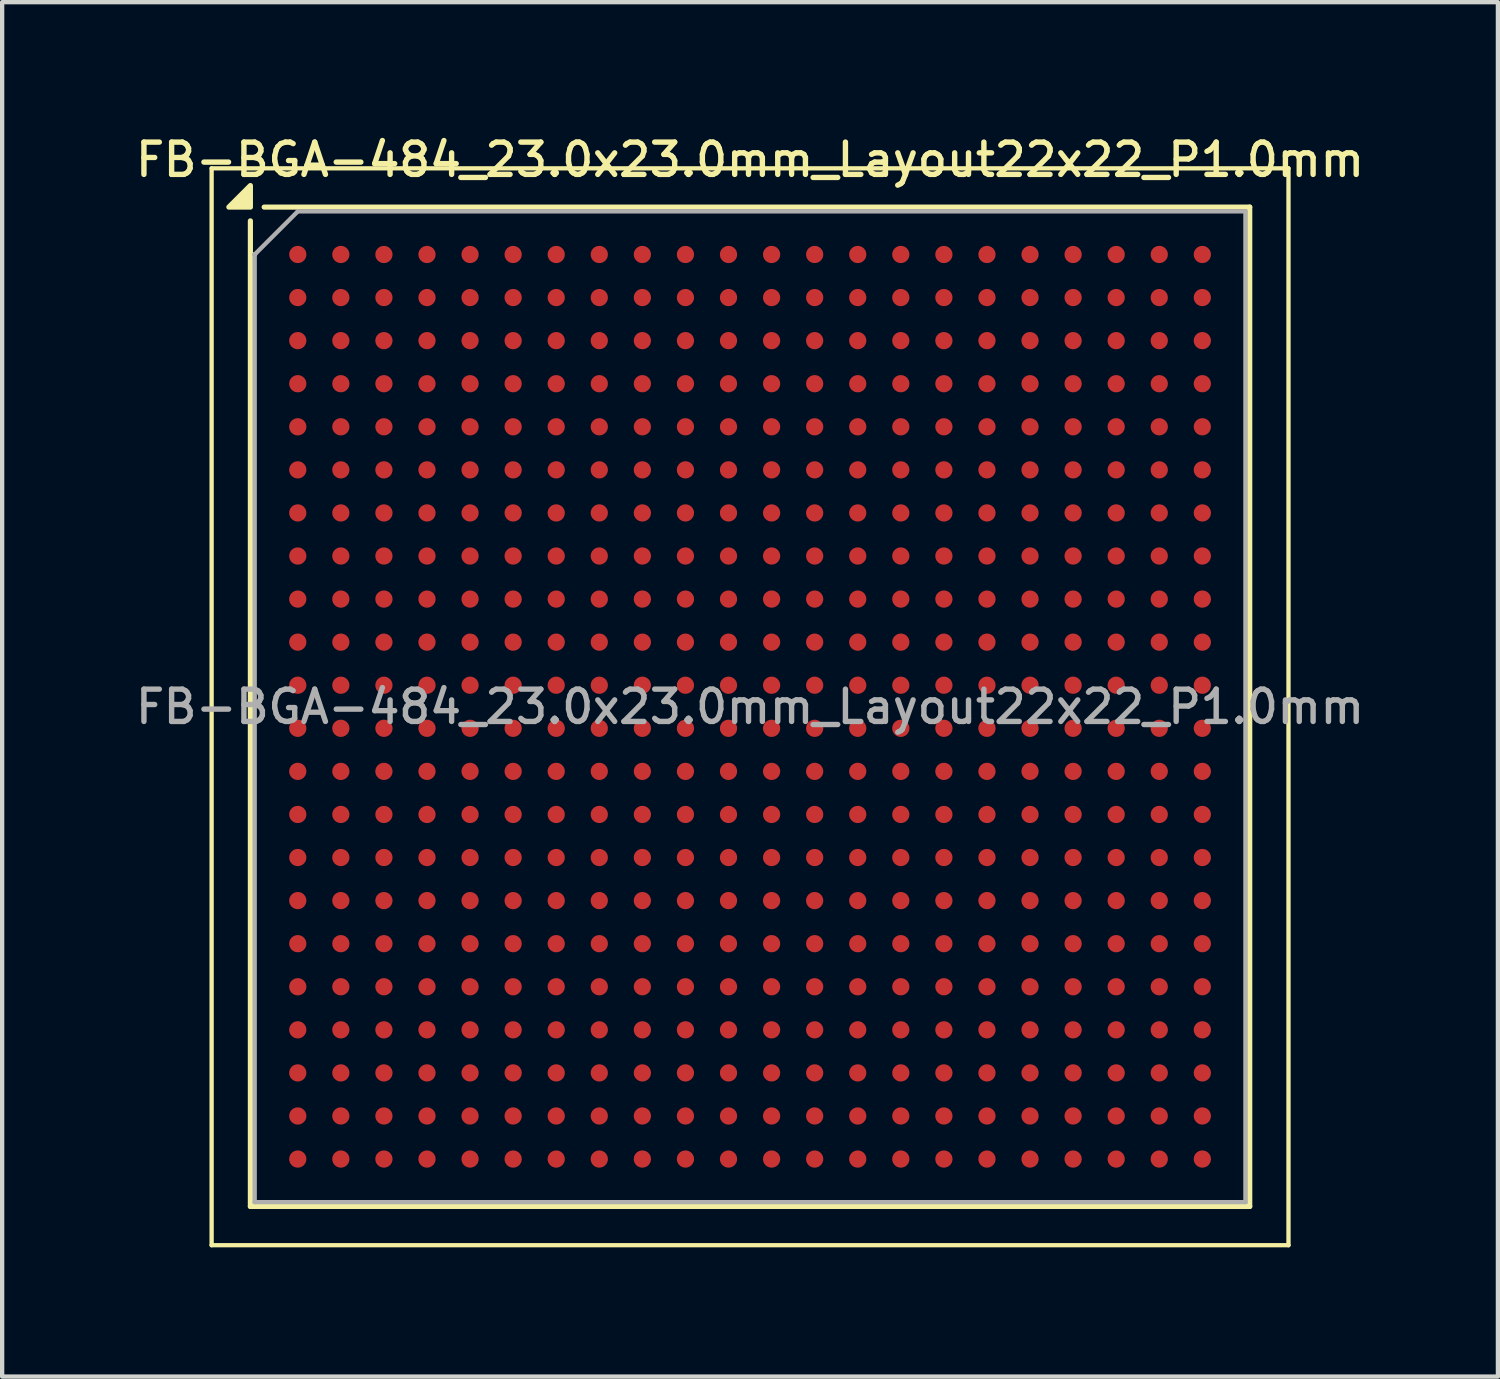
<source format=kicad_pcb>
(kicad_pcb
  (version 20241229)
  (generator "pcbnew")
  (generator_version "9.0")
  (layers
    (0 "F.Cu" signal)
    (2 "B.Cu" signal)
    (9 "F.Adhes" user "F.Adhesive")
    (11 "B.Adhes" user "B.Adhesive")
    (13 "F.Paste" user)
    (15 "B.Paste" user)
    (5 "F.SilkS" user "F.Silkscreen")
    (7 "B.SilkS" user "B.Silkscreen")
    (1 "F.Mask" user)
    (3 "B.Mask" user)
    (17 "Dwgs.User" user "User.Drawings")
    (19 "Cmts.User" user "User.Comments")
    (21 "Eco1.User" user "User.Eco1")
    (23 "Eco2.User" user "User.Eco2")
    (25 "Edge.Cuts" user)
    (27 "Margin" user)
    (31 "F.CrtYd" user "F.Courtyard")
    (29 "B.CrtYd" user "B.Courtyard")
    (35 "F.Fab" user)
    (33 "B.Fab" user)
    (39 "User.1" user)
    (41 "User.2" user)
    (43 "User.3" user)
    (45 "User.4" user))
  (footprint "FB-BGA-484_23.0x23.0mm_Layout22x22_P1.0mm"
    (layer "F.Cu")
    (at 14.363 13.358)
    (property "Reference" "FB-BGA-484_23.0x23.0mm_Layout22x22_P1.0mm" (at 0 -12.7 0) (layer "F.SilkS") (effects (font (size 0.75 0.75) (thickness 0.125))))
    (attr smd)
    (fp_line (start -12.5 -12.5) (end -12.5 12.5) (stroke (width 0.1) (type solid)) (layer "F.SilkS"))
    (fp_line (start -12.5 -12.5) (end 12.5 -12.5) (stroke (width 0.1) (type solid)) (layer "F.SilkS"))
    (fp_line (start -11.6 11.6) (end -11.6 -11.28) (stroke (width 0.12) (type solid)) (layer "F.SilkS"))
    (fp_line (start -11.28 -11.6) (end 11.6 -11.6) (stroke (width 0.12) (type solid)) (layer "F.SilkS"))
    (fp_line (start 11.6 -11.6) (end 11.6 11.6) (stroke (width 0.12) (type solid)) (layer "F.SilkS"))
    (fp_line (start 11.6 11.6) (end -11.6 11.6) (stroke (width 0.12) (type solid)) (layer "F.SilkS"))
    (fp_line (start 12.5 12.5) (end -12.5 12.5) (stroke (width 0.1) (type solid)) (layer "F.SilkS"))
    (fp_line (start 12.5 12.5) (end 12.5 -12.5) (stroke (width 0.1) (type solid)) (layer "F.SilkS"))
    (fp_poly (pts (xy -11.6 -11.6) (xy -12.1 -11.6) (xy -11.6 -12.1) (xy -11.6 -11.6)) (stroke (width 0.12) (type solid)) (fill yes) (layer "F.SilkS"))
    (fp_line (start -11.5 -10.5) (end -11.5 -10.5) (stroke (width 0.12) (type solid)) (layer "F.Fab"))
    (fp_line (start -11.5 11.5) (end -11.5 -10.5) (stroke (width 0.1) (type solid)) (layer "F.Fab"))
    (fp_line (start -10.5 -11.5) (end -11.5 -10.5) (stroke (width 0.1) (type solid)) (layer "F.Fab"))
    (fp_line (start -10.5 -11.5) (end 11.5 -11.5) (stroke (width 0.1) (type solid)) (layer "F.Fab"))
    (fp_line (start 11.5 -11.5) (end 11.5 11.5) (stroke (width 0.1) (type solid)) (layer "F.Fab"))
    (fp_line (start 11.5 11.5) (end -11.5 11.5) (stroke (width 0.1) (type solid)) (layer "F.Fab"))
    (fp_text user "${REFERENCE}" (at 0 0 0) (layer "F.Fab") (effects (font (size 0.75 0.75) (thickness 0.125))))
    (pad "A1" smd circle (at -10.5 -10.5) (size 0.4 0.4) (property pad_prop_bga) (layers "F.Cu" "F.Mask" "F.Paste"))
    (pad "A2" smd circle (at -9.5 -10.5) (size 0.4 0.4) (property pad_prop_bga) (layers "F.Cu" "F.Mask" "F.Paste"))
    (pad "A3" smd circle (at -8.5 -10.5) (size 0.4 0.4) (property pad_prop_bga) (layers "F.Cu" "F.Mask" "F.Paste"))
    (pad "A4" smd circle (at -7.5 -10.5) (size 0.4 0.4) (property pad_prop_bga) (layers "F.Cu" "F.Mask" "F.Paste"))
    (pad "A5" smd circle (at -6.5 -10.5) (size 0.4 0.4) (property pad_prop_bga) (layers "F.Cu" "F.Mask" "F.Paste"))
    (pad "A6" smd circle (at -5.5 -10.5) (size 0.4 0.4) (property pad_prop_bga) (layers "F.Cu" "F.Mask" "F.Paste"))
    (pad "A7" smd circle (at -4.5 -10.5) (size 0.4 0.4) (property pad_prop_bga) (layers "F.Cu" "F.Mask" "F.Paste"))
    (pad "A8" smd circle (at -3.5 -10.5) (size 0.4 0.4) (property pad_prop_bga) (layers "F.Cu" "F.Mask" "F.Paste"))
    (pad "A9" smd circle (at -2.5 -10.5) (size 0.4 0.4) (property pad_prop_bga) (layers "F.Cu" "F.Mask" "F.Paste"))
    (pad "A10" smd circle (at -1.5 -10.5) (size 0.4 0.4) (property pad_prop_bga) (layers "F.Cu" "F.Mask" "F.Paste"))
    (pad "A11" smd circle (at -0.5 -10.5) (size 0.4 0.4) (property pad_prop_bga) (layers "F.Cu" "F.Mask" "F.Paste"))
    (pad "A12" smd circle (at 0.5 -10.5) (size 0.4 0.4) (property pad_prop_bga) (layers "F.Cu" "F.Mask" "F.Paste"))
    (pad "A13" smd circle (at 1.5 -10.5) (size 0.4 0.4) (property pad_prop_bga) (layers "F.Cu" "F.Mask" "F.Paste"))
    (pad "A14" smd circle (at 2.5 -10.5) (size 0.4 0.4) (property pad_prop_bga) (layers "F.Cu" "F.Mask" "F.Paste"))
    (pad "A15" smd circle (at 3.5 -10.5) (size 0.4 0.4) (property pad_prop_bga) (layers "F.Cu" "F.Mask" "F.Paste"))
    (pad "A16" smd circle (at 4.5 -10.5) (size 0.4 0.4) (property pad_prop_bga) (layers "F.Cu" "F.Mask" "F.Paste"))
    (pad "A17" smd circle (at 5.5 -10.5) (size 0.4 0.4) (property pad_prop_bga) (layers "F.Cu" "F.Mask" "F.Paste"))
    (pad "A18" smd circle (at 6.5 -10.5) (size 0.4 0.4) (property pad_prop_bga) (layers "F.Cu" "F.Mask" "F.Paste"))
    (pad "A19" smd circle (at 7.5 -10.5) (size 0.4 0.4) (property pad_prop_bga) (layers "F.Cu" "F.Mask" "F.Paste"))
    (pad "A20" smd circle (at 8.5 -10.5) (size 0.4 0.4) (property pad_prop_bga) (layers "F.Cu" "F.Mask" "F.Paste"))
    (pad "A21" smd circle (at 9.5 -10.5) (size 0.4 0.4) (property pad_prop_bga) (layers "F.Cu" "F.Mask" "F.Paste"))
    (pad "A22" smd circle (at 10.5 -10.5) (size 0.4 0.4) (property pad_prop_bga) (layers "F.Cu" "F.Mask" "F.Paste"))
    (pad "AA1" smd circle (at -10.5 9.5) (size 0.4 0.4) (property pad_prop_bga) (layers "F.Cu" "F.Mask" "F.Paste"))
    (pad "AA2" smd circle (at -9.5 9.5) (size 0.4 0.4) (property pad_prop_bga) (layers "F.Cu" "F.Mask" "F.Paste"))
    (pad "AA3" smd circle (at -8.5 9.5) (size 0.4 0.4) (property pad_prop_bga) (layers "F.Cu" "F.Mask" "F.Paste"))
    (pad "AA4" smd circle (at -7.5 9.5) (size 0.4 0.4) (property pad_prop_bga) (layers "F.Cu" "F.Mask" "F.Paste"))
    (pad "AA5" smd circle (at -6.5 9.5) (size 0.4 0.4) (property pad_prop_bga) (layers "F.Cu" "F.Mask" "F.Paste"))
    (pad "AA6" smd circle (at -5.5 9.5) (size 0.4 0.4) (property pad_prop_bga) (layers "F.Cu" "F.Mask" "F.Paste"))
    (pad "AA7" smd circle (at -4.5 9.5) (size 0.4 0.4) (property pad_prop_bga) (layers "F.Cu" "F.Mask" "F.Paste"))
    (pad "AA8" smd circle (at -3.5 9.5) (size 0.4 0.4) (property pad_prop_bga) (layers "F.Cu" "F.Mask" "F.Paste"))
    (pad "AA9" smd circle (at -2.5 9.5) (size 0.4 0.4) (property pad_prop_bga) (layers "F.Cu" "F.Mask" "F.Paste"))
    (pad "AA10" smd circle (at -1.5 9.5) (size 0.4 0.4) (property pad_prop_bga) (layers "F.Cu" "F.Mask" "F.Paste"))
    (pad "AA11" smd circle (at -0.5 9.5) (size 0.4 0.4) (property pad_prop_bga) (layers "F.Cu" "F.Mask" "F.Paste"))
    (pad "AA12" smd circle (at 0.5 9.5) (size 0.4 0.4) (property pad_prop_bga) (layers "F.Cu" "F.Mask" "F.Paste"))
    (pad "AA13" smd circle (at 1.5 9.5) (size 0.4 0.4) (property pad_prop_bga) (layers "F.Cu" "F.Mask" "F.Paste"))
    (pad "AA14" smd circle (at 2.5 9.5) (size 0.4 0.4) (property pad_prop_bga) (layers "F.Cu" "F.Mask" "F.Paste"))
    (pad "AA15" smd circle (at 3.5 9.5) (size 0.4 0.4) (property pad_prop_bga) (layers "F.Cu" "F.Mask" "F.Paste"))
    (pad "AA16" smd circle (at 4.5 9.5) (size 0.4 0.4) (property pad_prop_bga) (layers "F.Cu" "F.Mask" "F.Paste"))
    (pad "AA17" smd circle (at 5.5 9.5) (size 0.4 0.4) (property pad_prop_bga) (layers "F.Cu" "F.Mask" "F.Paste"))
    (pad "AA18" smd circle (at 6.5 9.5) (size 0.4 0.4) (property pad_prop_bga) (layers "F.Cu" "F.Mask" "F.Paste"))
    (pad "AA19" smd circle (at 7.5 9.5) (size 0.4 0.4) (property pad_prop_bga) (layers "F.Cu" "F.Mask" "F.Paste"))
    (pad "AA20" smd circle (at 8.5 9.5) (size 0.4 0.4) (property pad_prop_bga) (layers "F.Cu" "F.Mask" "F.Paste"))
    (pad "AA21" smd circle (at 9.5 9.5) (size 0.4 0.4) (property pad_prop_bga) (layers "F.Cu" "F.Mask" "F.Paste"))
    (pad "AA22" smd circle (at 10.5 9.5) (size 0.4 0.4) (property pad_prop_bga) (layers "F.Cu" "F.Mask" "F.Paste"))
    (pad "AB1" smd circle (at -10.5 10.5) (size 0.4 0.4) (property pad_prop_bga) (layers "F.Cu" "F.Mask" "F.Paste"))
    (pad "AB2" smd circle (at -9.5 10.5) (size 0.4 0.4) (property pad_prop_bga) (layers "F.Cu" "F.Mask" "F.Paste"))
    (pad "AB3" smd circle (at -8.5 10.5) (size 0.4 0.4) (property pad_prop_bga) (layers "F.Cu" "F.Mask" "F.Paste"))
    (pad "AB4" smd circle (at -7.5 10.5) (size 0.4 0.4) (property pad_prop_bga) (layers "F.Cu" "F.Mask" "F.Paste"))
    (pad "AB5" smd circle (at -6.5 10.5) (size 0.4 0.4) (property pad_prop_bga) (layers "F.Cu" "F.Mask" "F.Paste"))
    (pad "AB6" smd circle (at -5.5 10.5) (size 0.4 0.4) (property pad_prop_bga) (layers "F.Cu" "F.Mask" "F.Paste"))
    (pad "AB7" smd circle (at -4.5 10.5) (size 0.4 0.4) (property pad_prop_bga) (layers "F.Cu" "F.Mask" "F.Paste"))
    (pad "AB8" smd circle (at -3.5 10.5) (size 0.4 0.4) (property pad_prop_bga) (layers "F.Cu" "F.Mask" "F.Paste"))
    (pad "AB9" smd circle (at -2.5 10.5) (size 0.4 0.4) (property pad_prop_bga) (layers "F.Cu" "F.Mask" "F.Paste"))
    (pad "AB10" smd circle (at -1.5 10.5) (size 0.4 0.4) (property pad_prop_bga) (layers "F.Cu" "F.Mask" "F.Paste"))
    (pad "AB11" smd circle (at -0.5 10.5) (size 0.4 0.4) (property pad_prop_bga) (layers "F.Cu" "F.Mask" "F.Paste"))
    (pad "AB12" smd circle (at 0.5 10.5) (size 0.4 0.4) (property pad_prop_bga) (layers "F.Cu" "F.Mask" "F.Paste"))
    (pad "AB13" smd circle (at 1.5 10.5) (size 0.4 0.4) (property pad_prop_bga) (layers "F.Cu" "F.Mask" "F.Paste"))
    (pad "AB14" smd circle (at 2.5 10.5) (size 0.4 0.4) (property pad_prop_bga) (layers "F.Cu" "F.Mask" "F.Paste"))
    (pad "AB15" smd circle (at 3.5 10.5) (size 0.4 0.4) (property pad_prop_bga) (layers "F.Cu" "F.Mask" "F.Paste"))
    (pad "AB16" smd circle (at 4.5 10.5) (size 0.4 0.4) (property pad_prop_bga) (layers "F.Cu" "F.Mask" "F.Paste"))
    (pad "AB17" smd circle (at 5.5 10.5) (size 0.4 0.4) (property pad_prop_bga) (layers "F.Cu" "F.Mask" "F.Paste"))
    (pad "AB18" smd circle (at 6.5 10.5) (size 0.4 0.4) (property pad_prop_bga) (layers "F.Cu" "F.Mask" "F.Paste"))
    (pad "AB19" smd circle (at 7.5 10.5) (size 0.4 0.4) (property pad_prop_bga) (layers "F.Cu" "F.Mask" "F.Paste"))
    (pad "AB20" smd circle (at 8.5 10.5) (size 0.4 0.4) (property pad_prop_bga) (layers "F.Cu" "F.Mask" "F.Paste"))
    (pad "AB21" smd circle (at 9.5 10.5) (size 0.4 0.4) (property pad_prop_bga) (layers "F.Cu" "F.Mask" "F.Paste"))
    (pad "AB22" smd circle (at 10.5 10.5) (size 0.4 0.4) (property pad_prop_bga) (layers "F.Cu" "F.Mask" "F.Paste"))
    (pad "B1" smd circle (at -10.5 -9.5) (size 0.4 0.4) (property pad_prop_bga) (layers "F.Cu" "F.Mask" "F.Paste"))
    (pad "B2" smd circle (at -9.5 -9.5) (size 0.4 0.4) (property pad_prop_bga) (layers "F.Cu" "F.Mask" "F.Paste"))
    (pad "B3" smd circle (at -8.5 -9.5) (size 0.4 0.4) (property pad_prop_bga) (layers "F.Cu" "F.Mask" "F.Paste"))
    (pad "B4" smd circle (at -7.5 -9.5) (size 0.4 0.4) (property pad_prop_bga) (layers "F.Cu" "F.Mask" "F.Paste"))
    (pad "B5" smd circle (at -6.5 -9.5) (size 0.4 0.4) (property pad_prop_bga) (layers "F.Cu" "F.Mask" "F.Paste"))
    (pad "B6" smd circle (at -5.5 -9.5) (size 0.4 0.4) (property pad_prop_bga) (layers "F.Cu" "F.Mask" "F.Paste"))
    (pad "B7" smd circle (at -4.5 -9.5) (size 0.4 0.4) (property pad_prop_bga) (layers "F.Cu" "F.Mask" "F.Paste"))
    (pad "B8" smd circle (at -3.5 -9.5) (size 0.4 0.4) (property pad_prop_bga) (layers "F.Cu" "F.Mask" "F.Paste"))
    (pad "B9" smd circle (at -2.5 -9.5) (size 0.4 0.4) (property pad_prop_bga) (layers "F.Cu" "F.Mask" "F.Paste"))
    (pad "B10" smd circle (at -1.5 -9.5) (size 0.4 0.4) (property pad_prop_bga) (layers "F.Cu" "F.Mask" "F.Paste"))
    (pad "B11" smd circle (at -0.5 -9.5) (size 0.4 0.4) (property pad_prop_bga) (layers "F.Cu" "F.Mask" "F.Paste"))
    (pad "B12" smd circle (at 0.5 -9.5) (size 0.4 0.4) (property pad_prop_bga) (layers "F.Cu" "F.Mask" "F.Paste"))
    (pad "B13" smd circle (at 1.5 -9.5) (size 0.4 0.4) (property pad_prop_bga) (layers "F.Cu" "F.Mask" "F.Paste"))
    (pad "B14" smd circle (at 2.5 -9.5) (size 0.4 0.4) (property pad_prop_bga) (layers "F.Cu" "F.Mask" "F.Paste"))
    (pad "B15" smd circle (at 3.5 -9.5) (size 0.4 0.4) (property pad_prop_bga) (layers "F.Cu" "F.Mask" "F.Paste"))
    (pad "B16" smd circle (at 4.5 -9.5) (size 0.4 0.4) (property pad_prop_bga) (layers "F.Cu" "F.Mask" "F.Paste"))
    (pad "B17" smd circle (at 5.5 -9.5) (size 0.4 0.4) (property pad_prop_bga) (layers "F.Cu" "F.Mask" "F.Paste"))
    (pad "B18" smd circle (at 6.5 -9.5) (size 0.4 0.4) (property pad_prop_bga) (layers "F.Cu" "F.Mask" "F.Paste"))
    (pad "B19" smd circle (at 7.5 -9.5) (size 0.4 0.4) (property pad_prop_bga) (layers "F.Cu" "F.Mask" "F.Paste"))
    (pad "B20" smd circle (at 8.5 -9.5) (size 0.4 0.4) (property pad_prop_bga) (layers "F.Cu" "F.Mask" "F.Paste"))
    (pad "B21" smd circle (at 9.5 -9.5) (size 0.4 0.4) (property pad_prop_bga) (layers "F.Cu" "F.Mask" "F.Paste"))
    (pad "B22" smd circle (at 10.5 -9.5) (size 0.4 0.4) (property pad_prop_bga) (layers "F.Cu" "F.Mask" "F.Paste"))
    (pad "C1" smd circle (at -10.5 -8.5) (size 0.4 0.4) (property pad_prop_bga) (layers "F.Cu" "F.Mask" "F.Paste"))
    (pad "C2" smd circle (at -9.5 -8.5) (size 0.4 0.4) (property pad_prop_bga) (layers "F.Cu" "F.Mask" "F.Paste"))
    (pad "C3" smd circle (at -8.5 -8.5) (size 0.4 0.4) (property pad_prop_bga) (layers "F.Cu" "F.Mask" "F.Paste"))
    (pad "C4" smd circle (at -7.5 -8.5) (size 0.4 0.4) (property pad_prop_bga) (layers "F.Cu" "F.Mask" "F.Paste"))
    (pad "C5" smd circle (at -6.5 -8.5) (size 0.4 0.4) (property pad_prop_bga) (layers "F.Cu" "F.Mask" "F.Paste"))
    (pad "C6" smd circle (at -5.5 -8.5) (size 0.4 0.4) (property pad_prop_bga) (layers "F.Cu" "F.Mask" "F.Paste"))
    (pad "C7" smd circle (at -4.5 -8.5) (size 0.4 0.4) (property pad_prop_bga) (layers "F.Cu" "F.Mask" "F.Paste"))
    (pad "C8" smd circle (at -3.5 -8.5) (size 0.4 0.4) (property pad_prop_bga) (layers "F.Cu" "F.Mask" "F.Paste"))
    (pad "C9" smd circle (at -2.5 -8.5) (size 0.4 0.4) (property pad_prop_bga) (layers "F.Cu" "F.Mask" "F.Paste"))
    (pad "C10" smd circle (at -1.5 -8.5) (size 0.4 0.4) (property pad_prop_bga) (layers "F.Cu" "F.Mask" "F.Paste"))
    (pad "C11" smd circle (at -0.5 -8.5) (size 0.4 0.4) (property pad_prop_bga) (layers "F.Cu" "F.Mask" "F.Paste"))
    (pad "C12" smd circle (at 0.5 -8.5) (size 0.4 0.4) (property pad_prop_bga) (layers "F.Cu" "F.Mask" "F.Paste"))
    (pad "C13" smd circle (at 1.5 -8.5) (size 0.4 0.4) (property pad_prop_bga) (layers "F.Cu" "F.Mask" "F.Paste"))
    (pad "C14" smd circle (at 2.5 -8.5) (size 0.4 0.4) (property pad_prop_bga) (layers "F.Cu" "F.Mask" "F.Paste"))
    (pad "C15" smd circle (at 3.5 -8.5) (size 0.4 0.4) (property pad_prop_bga) (layers "F.Cu" "F.Mask" "F.Paste"))
    (pad "C16" smd circle (at 4.5 -8.5) (size 0.4 0.4) (property pad_prop_bga) (layers "F.Cu" "F.Mask" "F.Paste"))
    (pad "C17" smd circle (at 5.5 -8.5) (size 0.4 0.4) (property pad_prop_bga) (layers "F.Cu" "F.Mask" "F.Paste"))
    (pad "C18" smd circle (at 6.5 -8.5) (size 0.4 0.4) (property pad_prop_bga) (layers "F.Cu" "F.Mask" "F.Paste"))
    (pad "C19" smd circle (at 7.5 -8.5) (size 0.4 0.4) (property pad_prop_bga) (layers "F.Cu" "F.Mask" "F.Paste"))
    (pad "C20" smd circle (at 8.5 -8.5) (size 0.4 0.4) (property pad_prop_bga) (layers "F.Cu" "F.Mask" "F.Paste"))
    (pad "C21" smd circle (at 9.5 -8.5) (size 0.4 0.4) (property pad_prop_bga) (layers "F.Cu" "F.Mask" "F.Paste"))
    (pad "C22" smd circle (at 10.5 -8.5) (size 0.4 0.4) (property pad_prop_bga) (layers "F.Cu" "F.Mask" "F.Paste"))
    (pad "D1" smd circle (at -10.5 -7.5) (size 0.4 0.4) (property pad_prop_bga) (layers "F.Cu" "F.Mask" "F.Paste"))
    (pad "D2" smd circle (at -9.5 -7.5) (size 0.4 0.4) (property pad_prop_bga) (layers "F.Cu" "F.Mask" "F.Paste"))
    (pad "D3" smd circle (at -8.5 -7.5) (size 0.4 0.4) (property pad_prop_bga) (layers "F.Cu" "F.Mask" "F.Paste"))
    (pad "D4" smd circle (at -7.5 -7.5) (size 0.4 0.4) (property pad_prop_bga) (layers "F.Cu" "F.Mask" "F.Paste"))
    (pad "D5" smd circle (at -6.5 -7.5) (size 0.4 0.4) (property pad_prop_bga) (layers "F.Cu" "F.Mask" "F.Paste"))
    (pad "D6" smd circle (at -5.5 -7.5) (size 0.4 0.4) (property pad_prop_bga) (layers "F.Cu" "F.Mask" "F.Paste"))
    (pad "D7" smd circle (at -4.5 -7.5) (size 0.4 0.4) (property pad_prop_bga) (layers "F.Cu" "F.Mask" "F.Paste"))
    (pad "D8" smd circle (at -3.5 -7.5) (size 0.4 0.4) (property pad_prop_bga) (layers "F.Cu" "F.Mask" "F.Paste"))
    (pad "D9" smd circle (at -2.5 -7.5) (size 0.4 0.4) (property pad_prop_bga) (layers "F.Cu" "F.Mask" "F.Paste"))
    (pad "D10" smd circle (at -1.5 -7.5) (size 0.4 0.4) (property pad_prop_bga) (layers "F.Cu" "F.Mask" "F.Paste"))
    (pad "D11" smd circle (at -0.5 -7.5) (size 0.4 0.4) (property pad_prop_bga) (layers "F.Cu" "F.Mask" "F.Paste"))
    (pad "D12" smd circle (at 0.5 -7.5) (size 0.4 0.4) (property pad_prop_bga) (layers "F.Cu" "F.Mask" "F.Paste"))
    (pad "D13" smd circle (at 1.5 -7.5) (size 0.4 0.4) (property pad_prop_bga) (layers "F.Cu" "F.Mask" "F.Paste"))
    (pad "D14" smd circle (at 2.5 -7.5) (size 0.4 0.4) (property pad_prop_bga) (layers "F.Cu" "F.Mask" "F.Paste"))
    (pad "D15" smd circle (at 3.5 -7.5) (size 0.4 0.4) (property pad_prop_bga) (layers "F.Cu" "F.Mask" "F.Paste"))
    (pad "D16" smd circle (at 4.5 -7.5) (size 0.4 0.4) (property pad_prop_bga) (layers "F.Cu" "F.Mask" "F.Paste"))
    (pad "D17" smd circle (at 5.5 -7.5) (size 0.4 0.4) (property pad_prop_bga) (layers "F.Cu" "F.Mask" "F.Paste"))
    (pad "D18" smd circle (at 6.5 -7.5) (size 0.4 0.4) (property pad_prop_bga) (layers "F.Cu" "F.Mask" "F.Paste"))
    (pad "D19" smd circle (at 7.5 -7.5) (size 0.4 0.4) (property pad_prop_bga) (layers "F.Cu" "F.Mask" "F.Paste"))
    (pad "D20" smd circle (at 8.5 -7.5) (size 0.4 0.4) (property pad_prop_bga) (layers "F.Cu" "F.Mask" "F.Paste"))
    (pad "D21" smd circle (at 9.5 -7.5) (size 0.4 0.4) (property pad_prop_bga) (layers "F.Cu" "F.Mask" "F.Paste"))
    (pad "D22" smd circle (at 10.5 -7.5) (size 0.4 0.4) (property pad_prop_bga) (layers "F.Cu" "F.Mask" "F.Paste"))
    (pad "E1" smd circle (at -10.5 -6.5) (size 0.4 0.4) (property pad_prop_bga) (layers "F.Cu" "F.Mask" "F.Paste"))
    (pad "E2" smd circle (at -9.5 -6.5) (size 0.4 0.4) (property pad_prop_bga) (layers "F.Cu" "F.Mask" "F.Paste"))
    (pad "E3" smd circle (at -8.5 -6.5) (size 0.4 0.4) (property pad_prop_bga) (layers "F.Cu" "F.Mask" "F.Paste"))
    (pad "E4" smd circle (at -7.5 -6.5) (size 0.4 0.4) (property pad_prop_bga) (layers "F.Cu" "F.Mask" "F.Paste"))
    (pad "E5" smd circle (at -6.5 -6.5) (size 0.4 0.4) (property pad_prop_bga) (layers "F.Cu" "F.Mask" "F.Paste"))
    (pad "E6" smd circle (at -5.5 -6.5) (size 0.4 0.4) (property pad_prop_bga) (layers "F.Cu" "F.Mask" "F.Paste"))
    (pad "E7" smd circle (at -4.5 -6.5) (size 0.4 0.4) (property pad_prop_bga) (layers "F.Cu" "F.Mask" "F.Paste"))
    (pad "E8" smd circle (at -3.5 -6.5) (size 0.4 0.4) (property pad_prop_bga) (layers "F.Cu" "F.Mask" "F.Paste"))
    (pad "E9" smd circle (at -2.5 -6.5) (size 0.4 0.4) (property pad_prop_bga) (layers "F.Cu" "F.Mask" "F.Paste"))
    (pad "E10" smd circle (at -1.5 -6.5) (size 0.4 0.4) (property pad_prop_bga) (layers "F.Cu" "F.Mask" "F.Paste"))
    (pad "E11" smd circle (at -0.5 -6.5) (size 0.4 0.4) (property pad_prop_bga) (layers "F.Cu" "F.Mask" "F.Paste"))
    (pad "E12" smd circle (at 0.5 -6.5) (size 0.4 0.4) (property pad_prop_bga) (layers "F.Cu" "F.Mask" "F.Paste"))
    (pad "E13" smd circle (at 1.5 -6.5) (size 0.4 0.4) (property pad_prop_bga) (layers "F.Cu" "F.Mask" "F.Paste"))
    (pad "E14" smd circle (at 2.5 -6.5) (size 0.4 0.4) (property pad_prop_bga) (layers "F.Cu" "F.Mask" "F.Paste"))
    (pad "E15" smd circle (at 3.5 -6.5) (size 0.4 0.4) (property pad_prop_bga) (layers "F.Cu" "F.Mask" "F.Paste"))
    (pad "E16" smd circle (at 4.5 -6.5) (size 0.4 0.4) (property pad_prop_bga) (layers "F.Cu" "F.Mask" "F.Paste"))
    (pad "E17" smd circle (at 5.5 -6.5) (size 0.4 0.4) (property pad_prop_bga) (layers "F.Cu" "F.Mask" "F.Paste"))
    (pad "E18" smd circle (at 6.5 -6.5) (size 0.4 0.4) (property pad_prop_bga) (layers "F.Cu" "F.Mask" "F.Paste"))
    (pad "E19" smd circle (at 7.5 -6.5) (size 0.4 0.4) (property pad_prop_bga) (layers "F.Cu" "F.Mask" "F.Paste"))
    (pad "E20" smd circle (at 8.5 -6.5) (size 0.4 0.4) (property pad_prop_bga) (layers "F.Cu" "F.Mask" "F.Paste"))
    (pad "E21" smd circle (at 9.5 -6.5) (size 0.4 0.4) (property pad_prop_bga) (layers "F.Cu" "F.Mask" "F.Paste"))
    (pad "E22" smd circle (at 10.5 -6.5) (size 0.4 0.4) (property pad_prop_bga) (layers "F.Cu" "F.Mask" "F.Paste"))
    (pad "F1" smd circle (at -10.5 -5.5) (size 0.4 0.4) (property pad_prop_bga) (layers "F.Cu" "F.Mask" "F.Paste"))
    (pad "F2" smd circle (at -9.5 -5.5) (size 0.4 0.4) (property pad_prop_bga) (layers "F.Cu" "F.Mask" "F.Paste"))
    (pad "F3" smd circle (at -8.5 -5.5) (size 0.4 0.4) (property pad_prop_bga) (layers "F.Cu" "F.Mask" "F.Paste"))
    (pad "F4" smd circle (at -7.5 -5.5) (size 0.4 0.4) (property pad_prop_bga) (layers "F.Cu" "F.Mask" "F.Paste"))
    (pad "F5" smd circle (at -6.5 -5.5) (size 0.4 0.4) (property pad_prop_bga) (layers "F.Cu" "F.Mask" "F.Paste"))
    (pad "F6" smd circle (at -5.5 -5.5) (size 0.4 0.4) (property pad_prop_bga) (layers "F.Cu" "F.Mask" "F.Paste"))
    (pad "F7" smd circle (at -4.5 -5.5) (size 0.4 0.4) (property pad_prop_bga) (layers "F.Cu" "F.Mask" "F.Paste"))
    (pad "F8" smd circle (at -3.5 -5.5) (size 0.4 0.4) (property pad_prop_bga) (layers "F.Cu" "F.Mask" "F.Paste"))
    (pad "F9" smd circle (at -2.5 -5.5) (size 0.4 0.4) (property pad_prop_bga) (layers "F.Cu" "F.Mask" "F.Paste"))
    (pad "F10" smd circle (at -1.5 -5.5) (size 0.4 0.4) (property pad_prop_bga) (layers "F.Cu" "F.Mask" "F.Paste"))
    (pad "F11" smd circle (at -0.5 -5.5) (size 0.4 0.4) (property pad_prop_bga) (layers "F.Cu" "F.Mask" "F.Paste"))
    (pad "F12" smd circle (at 0.5 -5.5) (size 0.4 0.4) (property pad_prop_bga) (layers "F.Cu" "F.Mask" "F.Paste"))
    (pad "F13" smd circle (at 1.5 -5.5) (size 0.4 0.4) (property pad_prop_bga) (layers "F.Cu" "F.Mask" "F.Paste"))
    (pad "F14" smd circle (at 2.5 -5.5) (size 0.4 0.4) (property pad_prop_bga) (layers "F.Cu" "F.Mask" "F.Paste"))
    (pad "F15" smd circle (at 3.5 -5.5) (size 0.4 0.4) (property pad_prop_bga) (layers "F.Cu" "F.Mask" "F.Paste"))
    (pad "F16" smd circle (at 4.5 -5.5) (size 0.4 0.4) (property pad_prop_bga) (layers "F.Cu" "F.Mask" "F.Paste"))
    (pad "F17" smd circle (at 5.5 -5.5) (size 0.4 0.4) (property pad_prop_bga) (layers "F.Cu" "F.Mask" "F.Paste"))
    (pad "F18" smd circle (at 6.5 -5.5) (size 0.4 0.4) (property pad_prop_bga) (layers "F.Cu" "F.Mask" "F.Paste"))
    (pad "F19" smd circle (at 7.5 -5.5) (size 0.4 0.4) (property pad_prop_bga) (layers "F.Cu" "F.Mask" "F.Paste"))
    (pad "F20" smd circle (at 8.5 -5.5) (size 0.4 0.4) (property pad_prop_bga) (layers "F.Cu" "F.Mask" "F.Paste"))
    (pad "F21" smd circle (at 9.5 -5.5) (size 0.4 0.4) (property pad_prop_bga) (layers "F.Cu" "F.Mask" "F.Paste"))
    (pad "F22" smd circle (at 10.5 -5.5) (size 0.4 0.4) (property pad_prop_bga) (layers "F.Cu" "F.Mask" "F.Paste"))
    (pad "G1" smd circle (at -10.5 -4.5) (size 0.4 0.4) (property pad_prop_bga) (layers "F.Cu" "F.Mask" "F.Paste"))
    (pad "G2" smd circle (at -9.5 -4.5) (size 0.4 0.4) (property pad_prop_bga) (layers "F.Cu" "F.Mask" "F.Paste"))
    (pad "G3" smd circle (at -8.5 -4.5) (size 0.4 0.4) (property pad_prop_bga) (layers "F.Cu" "F.Mask" "F.Paste"))
    (pad "G4" smd circle (at -7.5 -4.5) (size 0.4 0.4) (property pad_prop_bga) (layers "F.Cu" "F.Mask" "F.Paste"))
    (pad "G5" smd circle (at -6.5 -4.5) (size 0.4 0.4) (property pad_prop_bga) (layers "F.Cu" "F.Mask" "F.Paste"))
    (pad "G6" smd circle (at -5.5 -4.5) (size 0.4 0.4) (property pad_prop_bga) (layers "F.Cu" "F.Mask" "F.Paste"))
    (pad "G7" smd circle (at -4.5 -4.5) (size 0.4 0.4) (property pad_prop_bga) (layers "F.Cu" "F.Mask" "F.Paste"))
    (pad "G8" smd circle (at -3.5 -4.5) (size 0.4 0.4) (property pad_prop_bga) (layers "F.Cu" "F.Mask" "F.Paste"))
    (pad "G9" smd circle (at -2.5 -4.5) (size 0.4 0.4) (property pad_prop_bga) (layers "F.Cu" "F.Mask" "F.Paste"))
    (pad "G10" smd circle (at -1.5 -4.5) (size 0.4 0.4) (property pad_prop_bga) (layers "F.Cu" "F.Mask" "F.Paste"))
    (pad "G11" smd circle (at -0.5 -4.5) (size 0.4 0.4) (property pad_prop_bga) (layers "F.Cu" "F.Mask" "F.Paste"))
    (pad "G12" smd circle (at 0.5 -4.5) (size 0.4 0.4) (property pad_prop_bga) (layers "F.Cu" "F.Mask" "F.Paste"))
    (pad "G13" smd circle (at 1.5 -4.5) (size 0.4 0.4) (property pad_prop_bga) (layers "F.Cu" "F.Mask" "F.Paste"))
    (pad "G14" smd circle (at 2.5 -4.5) (size 0.4 0.4) (property pad_prop_bga) (layers "F.Cu" "F.Mask" "F.Paste"))
    (pad "G15" smd circle (at 3.5 -4.5) (size 0.4 0.4) (property pad_prop_bga) (layers "F.Cu" "F.Mask" "F.Paste"))
    (pad "G16" smd circle (at 4.5 -4.5) (size 0.4 0.4) (property pad_prop_bga) (layers "F.Cu" "F.Mask" "F.Paste"))
    (pad "G17" smd circle (at 5.5 -4.5) (size 0.4 0.4) (property pad_prop_bga) (layers "F.Cu" "F.Mask" "F.Paste"))
    (pad "G18" smd circle (at 6.5 -4.5) (size 0.4 0.4) (property pad_prop_bga) (layers "F.Cu" "F.Mask" "F.Paste"))
    (pad "G19" smd circle (at 7.5 -4.5) (size 0.4 0.4) (property pad_prop_bga) (layers "F.Cu" "F.Mask" "F.Paste"))
    (pad "G20" smd circle (at 8.5 -4.5) (size 0.4 0.4) (property pad_prop_bga) (layers "F.Cu" "F.Mask" "F.Paste"))
    (pad "G21" smd circle (at 9.5 -4.5) (size 0.4 0.4) (property pad_prop_bga) (layers "F.Cu" "F.Mask" "F.Paste"))
    (pad "G22" smd circle (at 10.5 -4.5) (size 0.4 0.4) (property pad_prop_bga) (layers "F.Cu" "F.Mask" "F.Paste"))
    (pad "H1" smd circle (at -10.5 -3.5) (size 0.4 0.4) (property pad_prop_bga) (layers "F.Cu" "F.Mask" "F.Paste"))
    (pad "H2" smd circle (at -9.5 -3.5) (size 0.4 0.4) (property pad_prop_bga) (layers "F.Cu" "F.Mask" "F.Paste"))
    (pad "H3" smd circle (at -8.5 -3.5) (size 0.4 0.4) (property pad_prop_bga) (layers "F.Cu" "F.Mask" "F.Paste"))
    (pad "H4" smd circle (at -7.5 -3.5) (size 0.4 0.4) (property pad_prop_bga) (layers "F.Cu" "F.Mask" "F.Paste"))
    (pad "H5" smd circle (at -6.5 -3.5) (size 0.4 0.4) (property pad_prop_bga) (layers "F.Cu" "F.Mask" "F.Paste"))
    (pad "H6" smd circle (at -5.5 -3.5) (size 0.4 0.4) (property pad_prop_bga) (layers "F.Cu" "F.Mask" "F.Paste"))
    (pad "H7" smd circle (at -4.5 -3.5) (size 0.4 0.4) (property pad_prop_bga) (layers "F.Cu" "F.Mask" "F.Paste"))
    (pad "H8" smd circle (at -3.5 -3.5) (size 0.4 0.4) (property pad_prop_bga) (layers "F.Cu" "F.Mask" "F.Paste"))
    (pad "H9" smd circle (at -2.5 -3.5) (size 0.4 0.4) (property pad_prop_bga) (layers "F.Cu" "F.Mask" "F.Paste"))
    (pad "H10" smd circle (at -1.5 -3.5) (size 0.4 0.4) (property pad_prop_bga) (layers "F.Cu" "F.Mask" "F.Paste"))
    (pad "H11" smd circle (at -0.5 -3.5) (size 0.4 0.4) (property pad_prop_bga) (layers "F.Cu" "F.Mask" "F.Paste"))
    (pad "H12" smd circle (at 0.5 -3.5) (size 0.4 0.4) (property pad_prop_bga) (layers "F.Cu" "F.Mask" "F.Paste"))
    (pad "H13" smd circle (at 1.5 -3.5) (size 0.4 0.4) (property pad_prop_bga) (layers "F.Cu" "F.Mask" "F.Paste"))
    (pad "H14" smd circle (at 2.5 -3.5) (size 0.4 0.4) (property pad_prop_bga) (layers "F.Cu" "F.Mask" "F.Paste"))
    (pad "H15" smd circle (at 3.5 -3.5) (size 0.4 0.4) (property pad_prop_bga) (layers "F.Cu" "F.Mask" "F.Paste"))
    (pad "H16" smd circle (at 4.5 -3.5) (size 0.4 0.4) (property pad_prop_bga) (layers "F.Cu" "F.Mask" "F.Paste"))
    (pad "H17" smd circle (at 5.5 -3.5) (size 0.4 0.4) (property pad_prop_bga) (layers "F.Cu" "F.Mask" "F.Paste"))
    (pad "H18" smd circle (at 6.5 -3.5) (size 0.4 0.4) (property pad_prop_bga) (layers "F.Cu" "F.Mask" "F.Paste"))
    (pad "H19" smd circle (at 7.5 -3.5) (size 0.4 0.4) (property pad_prop_bga) (layers "F.Cu" "F.Mask" "F.Paste"))
    (pad "H20" smd circle (at 8.5 -3.5) (size 0.4 0.4) (property pad_prop_bga) (layers "F.Cu" "F.Mask" "F.Paste"))
    (pad "H21" smd circle (at 9.5 -3.5) (size 0.4 0.4) (property pad_prop_bga) (layers "F.Cu" "F.Mask" "F.Paste"))
    (pad "H22" smd circle (at 10.5 -3.5) (size 0.4 0.4) (property pad_prop_bga) (layers "F.Cu" "F.Mask" "F.Paste"))
    (pad "J1" smd circle (at -10.5 -2.5) (size 0.4 0.4) (property pad_prop_bga) (layers "F.Cu" "F.Mask" "F.Paste"))
    (pad "J2" smd circle (at -9.5 -2.5) (size 0.4 0.4) (property pad_prop_bga) (layers "F.Cu" "F.Mask" "F.Paste"))
    (pad "J3" smd circle (at -8.5 -2.5) (size 0.4 0.4) (property pad_prop_bga) (layers "F.Cu" "F.Mask" "F.Paste"))
    (pad "J4" smd circle (at -7.5 -2.5) (size 0.4 0.4) (property pad_prop_bga) (layers "F.Cu" "F.Mask" "F.Paste"))
    (pad "J5" smd circle (at -6.5 -2.5) (size 0.4 0.4) (property pad_prop_bga) (layers "F.Cu" "F.Mask" "F.Paste"))
    (pad "J6" smd circle (at -5.5 -2.5) (size 0.4 0.4) (property pad_prop_bga) (layers "F.Cu" "F.Mask" "F.Paste"))
    (pad "J7" smd circle (at -4.5 -2.5) (size 0.4 0.4) (property pad_prop_bga) (layers "F.Cu" "F.Mask" "F.Paste"))
    (pad "J8" smd circle (at -3.5 -2.5) (size 0.4 0.4) (property pad_prop_bga) (layers "F.Cu" "F.Mask" "F.Paste"))
    (pad "J9" smd circle (at -2.5 -2.5) (size 0.4 0.4) (property pad_prop_bga) (layers "F.Cu" "F.Mask" "F.Paste"))
    (pad "J10" smd circle (at -1.5 -2.5) (size 0.4 0.4) (property pad_prop_bga) (layers "F.Cu" "F.Mask" "F.Paste"))
    (pad "J11" smd circle (at -0.5 -2.5) (size 0.4 0.4) (property pad_prop_bga) (layers "F.Cu" "F.Mask" "F.Paste"))
    (pad "J12" smd circle (at 0.5 -2.5) (size 0.4 0.4) (property pad_prop_bga) (layers "F.Cu" "F.Mask" "F.Paste"))
    (pad "J13" smd circle (at 1.5 -2.5) (size 0.4 0.4) (property pad_prop_bga) (layers "F.Cu" "F.Mask" "F.Paste"))
    (pad "J14" smd circle (at 2.5 -2.5) (size 0.4 0.4) (property pad_prop_bga) (layers "F.Cu" "F.Mask" "F.Paste"))
    (pad "J15" smd circle (at 3.5 -2.5) (size 0.4 0.4) (property pad_prop_bga) (layers "F.Cu" "F.Mask" "F.Paste"))
    (pad "J16" smd circle (at 4.5 -2.5) (size 0.4 0.4) (property pad_prop_bga) (layers "F.Cu" "F.Mask" "F.Paste"))
    (pad "J17" smd circle (at 5.5 -2.5) (size 0.4 0.4) (property pad_prop_bga) (layers "F.Cu" "F.Mask" "F.Paste"))
    (pad "J18" smd circle (at 6.5 -2.5) (size 0.4 0.4) (property pad_prop_bga) (layers "F.Cu" "F.Mask" "F.Paste"))
    (pad "J19" smd circle (at 7.5 -2.5) (size 0.4 0.4) (property pad_prop_bga) (layers "F.Cu" "F.Mask" "F.Paste"))
    (pad "J20" smd circle (at 8.5 -2.5) (size 0.4 0.4) (property pad_prop_bga) (layers "F.Cu" "F.Mask" "F.Paste"))
    (pad "J21" smd circle (at 9.5 -2.5) (size 0.4 0.4) (property pad_prop_bga) (layers "F.Cu" "F.Mask" "F.Paste"))
    (pad "J22" smd circle (at 10.5 -2.5) (size 0.4 0.4) (property pad_prop_bga) (layers "F.Cu" "F.Mask" "F.Paste"))
    (pad "K1" smd circle (at -10.5 -1.5) (size 0.4 0.4) (property pad_prop_bga) (layers "F.Cu" "F.Mask" "F.Paste"))
    (pad "K2" smd circle (at -9.5 -1.5) (size 0.4 0.4) (property pad_prop_bga) (layers "F.Cu" "F.Mask" "F.Paste"))
    (pad "K3" smd circle (at -8.5 -1.5) (size 0.4 0.4) (property pad_prop_bga) (layers "F.Cu" "F.Mask" "F.Paste"))
    (pad "K4" smd circle (at -7.5 -1.5) (size 0.4 0.4) (property pad_prop_bga) (layers "F.Cu" "F.Mask" "F.Paste"))
    (pad "K5" smd circle (at -6.5 -1.5) (size 0.4 0.4) (property pad_prop_bga) (layers "F.Cu" "F.Mask" "F.Paste"))
    (pad "K6" smd circle (at -5.5 -1.5) (size 0.4 0.4) (property pad_prop_bga) (layers "F.Cu" "F.Mask" "F.Paste"))
    (pad "K7" smd circle (at -4.5 -1.5) (size 0.4 0.4) (property pad_prop_bga) (layers "F.Cu" "F.Mask" "F.Paste"))
    (pad "K8" smd circle (at -3.5 -1.5) (size 0.4 0.4) (property pad_prop_bga) (layers "F.Cu" "F.Mask" "F.Paste"))
    (pad "K9" smd circle (at -2.5 -1.5) (size 0.4 0.4) (property pad_prop_bga) (layers "F.Cu" "F.Mask" "F.Paste"))
    (pad "K10" smd circle (at -1.5 -1.5) (size 0.4 0.4) (property pad_prop_bga) (layers "F.Cu" "F.Mask" "F.Paste"))
    (pad "K11" smd circle (at -0.5 -1.5) (size 0.4 0.4) (property pad_prop_bga) (layers "F.Cu" "F.Mask" "F.Paste"))
    (pad "K12" smd circle (at 0.5 -1.5) (size 0.4 0.4) (property pad_prop_bga) (layers "F.Cu" "F.Mask" "F.Paste"))
    (pad "K13" smd circle (at 1.5 -1.5) (size 0.4 0.4) (property pad_prop_bga) (layers "F.Cu" "F.Mask" "F.Paste"))
    (pad "K14" smd circle (at 2.5 -1.5) (size 0.4 0.4) (property pad_prop_bga) (layers "F.Cu" "F.Mask" "F.Paste"))
    (pad "K15" smd circle (at 3.5 -1.5) (size 0.4 0.4) (property pad_prop_bga) (layers "F.Cu" "F.Mask" "F.Paste"))
    (pad "K16" smd circle (at 4.5 -1.5) (size 0.4 0.4) (property pad_prop_bga) (layers "F.Cu" "F.Mask" "F.Paste"))
    (pad "K17" smd circle (at 5.5 -1.5) (size 0.4 0.4) (property pad_prop_bga) (layers "F.Cu" "F.Mask" "F.Paste"))
    (pad "K18" smd circle (at 6.5 -1.5) (size 0.4 0.4) (property pad_prop_bga) (layers "F.Cu" "F.Mask" "F.Paste"))
    (pad "K19" smd circle (at 7.5 -1.5) (size 0.4 0.4) (property pad_prop_bga) (layers "F.Cu" "F.Mask" "F.Paste"))
    (pad "K20" smd circle (at 8.5 -1.5) (size 0.4 0.4) (property pad_prop_bga) (layers "F.Cu" "F.Mask" "F.Paste"))
    (pad "K21" smd circle (at 9.5 -1.5) (size 0.4 0.4) (property pad_prop_bga) (layers "F.Cu" "F.Mask" "F.Paste"))
    (pad "K22" smd circle (at 10.5 -1.5) (size 0.4 0.4) (property pad_prop_bga) (layers "F.Cu" "F.Mask" "F.Paste"))
    (pad "L1" smd circle (at -10.5 -0.5) (size 0.4 0.4) (property pad_prop_bga) (layers "F.Cu" "F.Mask" "F.Paste"))
    (pad "L2" smd circle (at -9.5 -0.5) (size 0.4 0.4) (property pad_prop_bga) (layers "F.Cu" "F.Mask" "F.Paste"))
    (pad "L3" smd circle (at -8.5 -0.5) (size 0.4 0.4) (property pad_prop_bga) (layers "F.Cu" "F.Mask" "F.Paste"))
    (pad "L4" smd circle (at -7.5 -0.5) (size 0.4 0.4) (property pad_prop_bga) (layers "F.Cu" "F.Mask" "F.Paste"))
    (pad "L5" smd circle (at -6.5 -0.5) (size 0.4 0.4) (property pad_prop_bga) (layers "F.Cu" "F.Mask" "F.Paste"))
    (pad "L6" smd circle (at -5.5 -0.5) (size 0.4 0.4) (property pad_prop_bga) (layers "F.Cu" "F.Mask" "F.Paste"))
    (pad "L7" smd circle (at -4.5 -0.5) (size 0.4 0.4) (property pad_prop_bga) (layers "F.Cu" "F.Mask" "F.Paste"))
    (pad "L8" smd circle (at -3.5 -0.5) (size 0.4 0.4) (property pad_prop_bga) (layers "F.Cu" "F.Mask" "F.Paste"))
    (pad "L9" smd circle (at -2.5 -0.5) (size 0.4 0.4) (property pad_prop_bga) (layers "F.Cu" "F.Mask" "F.Paste"))
    (pad "L10" smd circle (at -1.5 -0.5) (size 0.4 0.4) (property pad_prop_bga) (layers "F.Cu" "F.Mask" "F.Paste"))
    (pad "L11" smd circle (at -0.5 -0.5) (size 0.4 0.4) (property pad_prop_bga) (layers "F.Cu" "F.Mask" "F.Paste"))
    (pad "L12" smd circle (at 0.5 -0.5) (size 0.4 0.4) (property pad_prop_bga) (layers "F.Cu" "F.Mask" "F.Paste"))
    (pad "L13" smd circle (at 1.5 -0.5) (size 0.4 0.4) (property pad_prop_bga) (layers "F.Cu" "F.Mask" "F.Paste"))
    (pad "L14" smd circle (at 2.5 -0.5) (size 0.4 0.4) (property pad_prop_bga) (layers "F.Cu" "F.Mask" "F.Paste"))
    (pad "L15" smd circle (at 3.5 -0.5) (size 0.4 0.4) (property pad_prop_bga) (layers "F.Cu" "F.Mask" "F.Paste"))
    (pad "L16" smd circle (at 4.5 -0.5) (size 0.4 0.4) (property pad_prop_bga) (layers "F.Cu" "F.Mask" "F.Paste"))
    (pad "L17" smd circle (at 5.5 -0.5) (size 0.4 0.4) (property pad_prop_bga) (layers "F.Cu" "F.Mask" "F.Paste"))
    (pad "L18" smd circle (at 6.5 -0.5) (size 0.4 0.4) (property pad_prop_bga) (layers "F.Cu" "F.Mask" "F.Paste"))
    (pad "L19" smd circle (at 7.5 -0.5) (size 0.4 0.4) (property pad_prop_bga) (layers "F.Cu" "F.Mask" "F.Paste"))
    (pad "L20" smd circle (at 8.5 -0.5) (size 0.4 0.4) (property pad_prop_bga) (layers "F.Cu" "F.Mask" "F.Paste"))
    (pad "L21" smd circle (at 9.5 -0.5) (size 0.4 0.4) (property pad_prop_bga) (layers "F.Cu" "F.Mask" "F.Paste"))
    (pad "L22" smd circle (at 10.5 -0.5) (size 0.4 0.4) (property pad_prop_bga) (layers "F.Cu" "F.Mask" "F.Paste"))
    (pad "M1" smd circle (at -10.5 0.5) (size 0.4 0.4) (property pad_prop_bga) (layers "F.Cu" "F.Mask" "F.Paste"))
    (pad "M2" smd circle (at -9.5 0.5) (size 0.4 0.4) (property pad_prop_bga) (layers "F.Cu" "F.Mask" "F.Paste"))
    (pad "M3" smd circle (at -8.5 0.5) (size 0.4 0.4) (property pad_prop_bga) (layers "F.Cu" "F.Mask" "F.Paste"))
    (pad "M4" smd circle (at -7.5 0.5) (size 0.4 0.4) (property pad_prop_bga) (layers "F.Cu" "F.Mask" "F.Paste"))
    (pad "M5" smd circle (at -6.5 0.5) (size 0.4 0.4) (property pad_prop_bga) (layers "F.Cu" "F.Mask" "F.Paste"))
    (pad "M6" smd circle (at -5.5 0.5) (size 0.4 0.4) (property pad_prop_bga) (layers "F.Cu" "F.Mask" "F.Paste"))
    (pad "M7" smd circle (at -4.5 0.5) (size 0.4 0.4) (property pad_prop_bga) (layers "F.Cu" "F.Mask" "F.Paste"))
    (pad "M8" smd circle (at -3.5 0.5) (size 0.4 0.4) (property pad_prop_bga) (layers "F.Cu" "F.Mask" "F.Paste"))
    (pad "M9" smd circle (at -2.5 0.5) (size 0.4 0.4) (property pad_prop_bga) (layers "F.Cu" "F.Mask" "F.Paste"))
    (pad "M10" smd circle (at -1.5 0.5) (size 0.4 0.4) (property pad_prop_bga) (layers "F.Cu" "F.Mask" "F.Paste"))
    (pad "M11" smd circle (at -0.5 0.5) (size 0.4 0.4) (property pad_prop_bga) (layers "F.Cu" "F.Mask" "F.Paste"))
    (pad "M12" smd circle (at 0.5 0.5) (size 0.4 0.4) (property pad_prop_bga) (layers "F.Cu" "F.Mask" "F.Paste"))
    (pad "M13" smd circle (at 1.5 0.5) (size 0.4 0.4) (property pad_prop_bga) (layers "F.Cu" "F.Mask" "F.Paste"))
    (pad "M14" smd circle (at 2.5 0.5) (size 0.4 0.4) (property pad_prop_bga) (layers "F.Cu" "F.Mask" "F.Paste"))
    (pad "M15" smd circle (at 3.5 0.5) (size 0.4 0.4) (property pad_prop_bga) (layers "F.Cu" "F.Mask" "F.Paste"))
    (pad "M16" smd circle (at 4.5 0.5) (size 0.4 0.4) (property pad_prop_bga) (layers "F.Cu" "F.Mask" "F.Paste"))
    (pad "M17" smd circle (at 5.5 0.5) (size 0.4 0.4) (property pad_prop_bga) (layers "F.Cu" "F.Mask" "F.Paste"))
    (pad "M18" smd circle (at 6.5 0.5) (size 0.4 0.4) (property pad_prop_bga) (layers "F.Cu" "F.Mask" "F.Paste"))
    (pad "M19" smd circle (at 7.5 0.5) (size 0.4 0.4) (property pad_prop_bga) (layers "F.Cu" "F.Mask" "F.Paste"))
    (pad "M20" smd circle (at 8.5 0.5) (size 0.4 0.4) (property pad_prop_bga) (layers "F.Cu" "F.Mask" "F.Paste"))
    (pad "M21" smd circle (at 9.5 0.5) (size 0.4 0.4) (property pad_prop_bga) (layers "F.Cu" "F.Mask" "F.Paste"))
    (pad "M22" smd circle (at 10.5 0.5) (size 0.4 0.4) (property pad_prop_bga) (layers "F.Cu" "F.Mask" "F.Paste"))
    (pad "N1" smd circle (at -10.5 1.5) (size 0.4 0.4) (property pad_prop_bga) (layers "F.Cu" "F.Mask" "F.Paste"))
    (pad "N2" smd circle (at -9.5 1.5) (size 0.4 0.4) (property pad_prop_bga) (layers "F.Cu" "F.Mask" "F.Paste"))
    (pad "N3" smd circle (at -8.5 1.5) (size 0.4 0.4) (property pad_prop_bga) (layers "F.Cu" "F.Mask" "F.Paste"))
    (pad "N4" smd circle (at -7.5 1.5) (size 0.4 0.4) (property pad_prop_bga) (layers "F.Cu" "F.Mask" "F.Paste"))
    (pad "N5" smd circle (at -6.5 1.5) (size 0.4 0.4) (property pad_prop_bga) (layers "F.Cu" "F.Mask" "F.Paste"))
    (pad "N6" smd circle (at -5.5 1.5) (size 0.4 0.4) (property pad_prop_bga) (layers "F.Cu" "F.Mask" "F.Paste"))
    (pad "N7" smd circle (at -4.5 1.5) (size 0.4 0.4) (property pad_prop_bga) (layers "F.Cu" "F.Mask" "F.Paste"))
    (pad "N8" smd circle (at -3.5 1.5) (size 0.4 0.4) (property pad_prop_bga) (layers "F.Cu" "F.Mask" "F.Paste"))
    (pad "N9" smd circle (at -2.5 1.5) (size 0.4 0.4) (property pad_prop_bga) (layers "F.Cu" "F.Mask" "F.Paste"))
    (pad "N10" smd circle (at -1.5 1.5) (size 0.4 0.4) (property pad_prop_bga) (layers "F.Cu" "F.Mask" "F.Paste"))
    (pad "N11" smd circle (at -0.5 1.5) (size 0.4 0.4) (property pad_prop_bga) (layers "F.Cu" "F.Mask" "F.Paste"))
    (pad "N12" smd circle (at 0.5 1.5) (size 0.4 0.4) (property pad_prop_bga) (layers "F.Cu" "F.Mask" "F.Paste"))
    (pad "N13" smd circle (at 1.5 1.5) (size 0.4 0.4) (property pad_prop_bga) (layers "F.Cu" "F.Mask" "F.Paste"))
    (pad "N14" smd circle (at 2.5 1.5) (size 0.4 0.4) (property pad_prop_bga) (layers "F.Cu" "F.Mask" "F.Paste"))
    (pad "N15" smd circle (at 3.5 1.5) (size 0.4 0.4) (property pad_prop_bga) (layers "F.Cu" "F.Mask" "F.Paste"))
    (pad "N16" smd circle (at 4.5 1.5) (size 0.4 0.4) (property pad_prop_bga) (layers "F.Cu" "F.Mask" "F.Paste"))
    (pad "N17" smd circle (at 5.5 1.5) (size 0.4 0.4) (property pad_prop_bga) (layers "F.Cu" "F.Mask" "F.Paste"))
    (pad "N18" smd circle (at 6.5 1.5) (size 0.4 0.4) (property pad_prop_bga) (layers "F.Cu" "F.Mask" "F.Paste"))
    (pad "N19" smd circle (at 7.5 1.5) (size 0.4 0.4) (property pad_prop_bga) (layers "F.Cu" "F.Mask" "F.Paste"))
    (pad "N20" smd circle (at 8.5 1.5) (size 0.4 0.4) (property pad_prop_bga) (layers "F.Cu" "F.Mask" "F.Paste"))
    (pad "N21" smd circle (at 9.5 1.5) (size 0.4 0.4) (property pad_prop_bga) (layers "F.Cu" "F.Mask" "F.Paste"))
    (pad "N22" smd circle (at 10.5 1.5) (size 0.4 0.4) (property pad_prop_bga) (layers "F.Cu" "F.Mask" "F.Paste"))
    (pad "P1" smd circle (at -10.5 2.5) (size 0.4 0.4) (property pad_prop_bga) (layers "F.Cu" "F.Mask" "F.Paste"))
    (pad "P2" smd circle (at -9.5 2.5) (size 0.4 0.4) (property pad_prop_bga) (layers "F.Cu" "F.Mask" "F.Paste"))
    (pad "P3" smd circle (at -8.5 2.5) (size 0.4 0.4) (property pad_prop_bga) (layers "F.Cu" "F.Mask" "F.Paste"))
    (pad "P4" smd circle (at -7.5 2.5) (size 0.4 0.4) (property pad_prop_bga) (layers "F.Cu" "F.Mask" "F.Paste"))
    (pad "P5" smd circle (at -6.5 2.5) (size 0.4 0.4) (property pad_prop_bga) (layers "F.Cu" "F.Mask" "F.Paste"))
    (pad "P6" smd circle (at -5.5 2.5) (size 0.4 0.4) (property pad_prop_bga) (layers "F.Cu" "F.Mask" "F.Paste"))
    (pad "P7" smd circle (at -4.5 2.5) (size 0.4 0.4) (property pad_prop_bga) (layers "F.Cu" "F.Mask" "F.Paste"))
    (pad "P8" smd circle (at -3.5 2.5) (size 0.4 0.4) (property pad_prop_bga) (layers "F.Cu" "F.Mask" "F.Paste"))
    (pad "P9" smd circle (at -2.5 2.5) (size 0.4 0.4) (property pad_prop_bga) (layers "F.Cu" "F.Mask" "F.Paste"))
    (pad "P10" smd circle (at -1.5 2.5) (size 0.4 0.4) (property pad_prop_bga) (layers "F.Cu" "F.Mask" "F.Paste"))
    (pad "P11" smd circle (at -0.5 2.5) (size 0.4 0.4) (property pad_prop_bga) (layers "F.Cu" "F.Mask" "F.Paste"))
    (pad "P12" smd circle (at 0.5 2.5) (size 0.4 0.4) (property pad_prop_bga) (layers "F.Cu" "F.Mask" "F.Paste"))
    (pad "P13" smd circle (at 1.5 2.5) (size 0.4 0.4) (property pad_prop_bga) (layers "F.Cu" "F.Mask" "F.Paste"))
    (pad "P14" smd circle (at 2.5 2.5) (size 0.4 0.4) (property pad_prop_bga) (layers "F.Cu" "F.Mask" "F.Paste"))
    (pad "P15" smd circle (at 3.5 2.5) (size 0.4 0.4) (property pad_prop_bga) (layers "F.Cu" "F.Mask" "F.Paste"))
    (pad "P16" smd circle (at 4.5 2.5) (size 0.4 0.4) (property pad_prop_bga) (layers "F.Cu" "F.Mask" "F.Paste"))
    (pad "P17" smd circle (at 5.5 2.5) (size 0.4 0.4) (property pad_prop_bga) (layers "F.Cu" "F.Mask" "F.Paste"))
    (pad "P18" smd circle (at 6.5 2.5) (size 0.4 0.4) (property pad_prop_bga) (layers "F.Cu" "F.Mask" "F.Paste"))
    (pad "P19" smd circle (at 7.5 2.5) (size 0.4 0.4) (property pad_prop_bga) (layers "F.Cu" "F.Mask" "F.Paste"))
    (pad "P20" smd circle (at 8.5 2.5) (size 0.4 0.4) (property pad_prop_bga) (layers "F.Cu" "F.Mask" "F.Paste"))
    (pad "P21" smd circle (at 9.5 2.5) (size 0.4 0.4) (property pad_prop_bga) (layers "F.Cu" "F.Mask" "F.Paste"))
    (pad "P22" smd circle (at 10.5 2.5) (size 0.4 0.4) (property pad_prop_bga) (layers "F.Cu" "F.Mask" "F.Paste"))
    (pad "R1" smd circle (at -10.5 3.5) (size 0.4 0.4) (property pad_prop_bga) (layers "F.Cu" "F.Mask" "F.Paste"))
    (pad "R2" smd circle (at -9.5 3.5) (size 0.4 0.4) (property pad_prop_bga) (layers "F.Cu" "F.Mask" "F.Paste"))
    (pad "R3" smd circle (at -8.5 3.5) (size 0.4 0.4) (property pad_prop_bga) (layers "F.Cu" "F.Mask" "F.Paste"))
    (pad "R4" smd circle (at -7.5 3.5) (size 0.4 0.4) (property pad_prop_bga) (layers "F.Cu" "F.Mask" "F.Paste"))
    (pad "R5" smd circle (at -6.5 3.5) (size 0.4 0.4) (property pad_prop_bga) (layers "F.Cu" "F.Mask" "F.Paste"))
    (pad "R6" smd circle (at -5.5 3.5) (size 0.4 0.4) (property pad_prop_bga) (layers "F.Cu" "F.Mask" "F.Paste"))
    (pad "R7" smd circle (at -4.5 3.5) (size 0.4 0.4) (property pad_prop_bga) (layers "F.Cu" "F.Mask" "F.Paste"))
    (pad "R8" smd circle (at -3.5 3.5) (size 0.4 0.4) (property pad_prop_bga) (layers "F.Cu" "F.Mask" "F.Paste"))
    (pad "R9" smd circle (at -2.5 3.5) (size 0.4 0.4) (property pad_prop_bga) (layers "F.Cu" "F.Mask" "F.Paste"))
    (pad "R10" smd circle (at -1.5 3.5) (size 0.4 0.4) (property pad_prop_bga) (layers "F.Cu" "F.Mask" "F.Paste"))
    (pad "R11" smd circle (at -0.5 3.5) (size 0.4 0.4) (property pad_prop_bga) (layers "F.Cu" "F.Mask" "F.Paste"))
    (pad "R12" smd circle (at 0.5 3.5) (size 0.4 0.4) (property pad_prop_bga) (layers "F.Cu" "F.Mask" "F.Paste"))
    (pad "R13" smd circle (at 1.5 3.5) (size 0.4 0.4) (property pad_prop_bga) (layers "F.Cu" "F.Mask" "F.Paste"))
    (pad "R14" smd circle (at 2.5 3.5) (size 0.4 0.4) (property pad_prop_bga) (layers "F.Cu" "F.Mask" "F.Paste"))
    (pad "R15" smd circle (at 3.5 3.5) (size 0.4 0.4) (property pad_prop_bga) (layers "F.Cu" "F.Mask" "F.Paste"))
    (pad "R16" smd circle (at 4.5 3.5) (size 0.4 0.4) (property pad_prop_bga) (layers "F.Cu" "F.Mask" "F.Paste"))
    (pad "R17" smd circle (at 5.5 3.5) (size 0.4 0.4) (property pad_prop_bga) (layers "F.Cu" "F.Mask" "F.Paste"))
    (pad "R18" smd circle (at 6.5 3.5) (size 0.4 0.4) (property pad_prop_bga) (layers "F.Cu" "F.Mask" "F.Paste"))
    (pad "R19" smd circle (at 7.5 3.5) (size 0.4 0.4) (property pad_prop_bga) (layers "F.Cu" "F.Mask" "F.Paste"))
    (pad "R20" smd circle (at 8.5 3.5) (size 0.4 0.4) (property pad_prop_bga) (layers "F.Cu" "F.Mask" "F.Paste"))
    (pad "R21" smd circle (at 9.5 3.5) (size 0.4 0.4) (property pad_prop_bga) (layers "F.Cu" "F.Mask" "F.Paste"))
    (pad "R22" smd circle (at 10.5 3.5) (size 0.4 0.4) (property pad_prop_bga) (layers "F.Cu" "F.Mask" "F.Paste"))
    (pad "T1" smd circle (at -10.5 4.5) (size 0.4 0.4) (property pad_prop_bga) (layers "F.Cu" "F.Mask" "F.Paste"))
    (pad "T2" smd circle (at -9.5 4.5) (size 0.4 0.4) (property pad_prop_bga) (layers "F.Cu" "F.Mask" "F.Paste"))
    (pad "T3" smd circle (at -8.5 4.5) (size 0.4 0.4) (property pad_prop_bga) (layers "F.Cu" "F.Mask" "F.Paste"))
    (pad "T4" smd circle (at -7.5 4.5) (size 0.4 0.4) (property pad_prop_bga) (layers "F.Cu" "F.Mask" "F.Paste"))
    (pad "T5" smd circle (at -6.5 4.5) (size 0.4 0.4) (property pad_prop_bga) (layers "F.Cu" "F.Mask" "F.Paste"))
    (pad "T6" smd circle (at -5.5 4.5) (size 0.4 0.4) (property pad_prop_bga) (layers "F.Cu" "F.Mask" "F.Paste"))
    (pad "T7" smd circle (at -4.5 4.5) (size 0.4 0.4) (property pad_prop_bga) (layers "F.Cu" "F.Mask" "F.Paste"))
    (pad "T8" smd circle (at -3.5 4.5) (size 0.4 0.4) (property pad_prop_bga) (layers "F.Cu" "F.Mask" "F.Paste"))
    (pad "T9" smd circle (at -2.5 4.5) (size 0.4 0.4) (property pad_prop_bga) (layers "F.Cu" "F.Mask" "F.Paste"))
    (pad "T10" smd circle (at -1.5 4.5) (size 0.4 0.4) (property pad_prop_bga) (layers "F.Cu" "F.Mask" "F.Paste"))
    (pad "T11" smd circle (at -0.5 4.5) (size 0.4 0.4) (property pad_prop_bga) (layers "F.Cu" "F.Mask" "F.Paste"))
    (pad "T12" smd circle (at 0.5 4.5) (size 0.4 0.4) (property pad_prop_bga) (layers "F.Cu" "F.Mask" "F.Paste"))
    (pad "T13" smd circle (at 1.5 4.5) (size 0.4 0.4) (property pad_prop_bga) (layers "F.Cu" "F.Mask" "F.Paste"))
    (pad "T14" smd circle (at 2.5 4.5) (size 0.4 0.4) (property pad_prop_bga) (layers "F.Cu" "F.Mask" "F.Paste"))
    (pad "T15" smd circle (at 3.5 4.5) (size 0.4 0.4) (property pad_prop_bga) (layers "F.Cu" "F.Mask" "F.Paste"))
    (pad "T16" smd circle (at 4.5 4.5) (size 0.4 0.4) (property pad_prop_bga) (layers "F.Cu" "F.Mask" "F.Paste"))
    (pad "T17" smd circle (at 5.5 4.5) (size 0.4 0.4) (property pad_prop_bga) (layers "F.Cu" "F.Mask" "F.Paste"))
    (pad "T18" smd circle (at 6.5 4.5) (size 0.4 0.4) (property pad_prop_bga) (layers "F.Cu" "F.Mask" "F.Paste"))
    (pad "T19" smd circle (at 7.5 4.5) (size 0.4 0.4) (property pad_prop_bga) (layers "F.Cu" "F.Mask" "F.Paste"))
    (pad "T20" smd circle (at 8.5 4.5) (size 0.4 0.4) (property pad_prop_bga) (layers "F.Cu" "F.Mask" "F.Paste"))
    (pad "T21" smd circle (at 9.5 4.5) (size 0.4 0.4) (property pad_prop_bga) (layers "F.Cu" "F.Mask" "F.Paste"))
    (pad "T22" smd circle (at 10.5 4.5) (size 0.4 0.4) (property pad_prop_bga) (layers "F.Cu" "F.Mask" "F.Paste"))
    (pad "U1" smd circle (at -10.5 5.5) (size 0.4 0.4) (property pad_prop_bga) (layers "F.Cu" "F.Mask" "F.Paste"))
    (pad "U2" smd circle (at -9.5 5.5) (size 0.4 0.4) (property pad_prop_bga) (layers "F.Cu" "F.Mask" "F.Paste"))
    (pad "U3" smd circle (at -8.5 5.5) (size 0.4 0.4) (property pad_prop_bga) (layers "F.Cu" "F.Mask" "F.Paste"))
    (pad "U4" smd circle (at -7.5 5.5) (size 0.4 0.4) (property pad_prop_bga) (layers "F.Cu" "F.Mask" "F.Paste"))
    (pad "U5" smd circle (at -6.5 5.5) (size 0.4 0.4) (property pad_prop_bga) (layers "F.Cu" "F.Mask" "F.Paste"))
    (pad "U6" smd circle (at -5.5 5.5) (size 0.4 0.4) (property pad_prop_bga) (layers "F.Cu" "F.Mask" "F.Paste"))
    (pad "U7" smd circle (at -4.5 5.5) (size 0.4 0.4) (property pad_prop_bga) (layers "F.Cu" "F.Mask" "F.Paste"))
    (pad "U8" smd circle (at -3.5 5.5) (size 0.4 0.4) (property pad_prop_bga) (layers "F.Cu" "F.Mask" "F.Paste"))
    (pad "U9" smd circle (at -2.5 5.5) (size 0.4 0.4) (property pad_prop_bga) (layers "F.Cu" "F.Mask" "F.Paste"))
    (pad "U10" smd circle (at -1.5 5.5) (size 0.4 0.4) (property pad_prop_bga) (layers "F.Cu" "F.Mask" "F.Paste"))
    (pad "U11" smd circle (at -0.5 5.5) (size 0.4 0.4) (property pad_prop_bga) (layers "F.Cu" "F.Mask" "F.Paste"))
    (pad "U12" smd circle (at 0.5 5.5) (size 0.4 0.4) (property pad_prop_bga) (layers "F.Cu" "F.Mask" "F.Paste"))
    (pad "U13" smd circle (at 1.5 5.5) (size 0.4 0.4) (property pad_prop_bga) (layers "F.Cu" "F.Mask" "F.Paste"))
    (pad "U14" smd circle (at 2.5 5.5) (size 0.4 0.4) (property pad_prop_bga) (layers "F.Cu" "F.Mask" "F.Paste"))
    (pad "U15" smd circle (at 3.5 5.5) (size 0.4 0.4) (property pad_prop_bga) (layers "F.Cu" "F.Mask" "F.Paste"))
    (pad "U16" smd circle (at 4.5 5.5) (size 0.4 0.4) (property pad_prop_bga) (layers "F.Cu" "F.Mask" "F.Paste"))
    (pad "U17" smd circle (at 5.5 5.5) (size 0.4 0.4) (property pad_prop_bga) (layers "F.Cu" "F.Mask" "F.Paste"))
    (pad "U18" smd circle (at 6.5 5.5) (size 0.4 0.4) (property pad_prop_bga) (layers "F.Cu" "F.Mask" "F.Paste"))
    (pad "U19" smd circle (at 7.5 5.5) (size 0.4 0.4) (property pad_prop_bga) (layers "F.Cu" "F.Mask" "F.Paste"))
    (pad "U20" smd circle (at 8.5 5.5) (size 0.4 0.4) (property pad_prop_bga) (layers "F.Cu" "F.Mask" "F.Paste"))
    (pad "U21" smd circle (at 9.5 5.5) (size 0.4 0.4) (property pad_prop_bga) (layers "F.Cu" "F.Mask" "F.Paste"))
    (pad "U22" smd circle (at 10.5 5.5) (size 0.4 0.4) (property pad_prop_bga) (layers "F.Cu" "F.Mask" "F.Paste"))
    (pad "V1" smd circle (at -10.5 6.5) (size 0.4 0.4) (property pad_prop_bga) (layers "F.Cu" "F.Mask" "F.Paste"))
    (pad "V2" smd circle (at -9.5 6.5) (size 0.4 0.4) (property pad_prop_bga) (layers "F.Cu" "F.Mask" "F.Paste"))
    (pad "V3" smd circle (at -8.5 6.5) (size 0.4 0.4) (property pad_prop_bga) (layers "F.Cu" "F.Mask" "F.Paste"))
    (pad "V4" smd circle (at -7.5 6.5) (size 0.4 0.4) (property pad_prop_bga) (layers "F.Cu" "F.Mask" "F.Paste"))
    (pad "V5" smd circle (at -6.5 6.5) (size 0.4 0.4) (property pad_prop_bga) (layers "F.Cu" "F.Mask" "F.Paste"))
    (pad "V6" smd circle (at -5.5 6.5) (size 0.4 0.4) (property pad_prop_bga) (layers "F.Cu" "F.Mask" "F.Paste"))
    (pad "V7" smd circle (at -4.5 6.5) (size 0.4 0.4) (property pad_prop_bga) (layers "F.Cu" "F.Mask" "F.Paste"))
    (pad "V8" smd circle (at -3.5 6.5) (size 0.4 0.4) (property pad_prop_bga) (layers "F.Cu" "F.Mask" "F.Paste"))
    (pad "V9" smd circle (at -2.5 6.5) (size 0.4 0.4) (property pad_prop_bga) (layers "F.Cu" "F.Mask" "F.Paste"))
    (pad "V10" smd circle (at -1.5 6.5) (size 0.4 0.4) (property pad_prop_bga) (layers "F.Cu" "F.Mask" "F.Paste"))
    (pad "V11" smd circle (at -0.5 6.5) (size 0.4 0.4) (property pad_prop_bga) (layers "F.Cu" "F.Mask" "F.Paste"))
    (pad "V12" smd circle (at 0.5 6.5) (size 0.4 0.4) (property pad_prop_bga) (layers "F.Cu" "F.Mask" "F.Paste"))
    (pad "V13" smd circle (at 1.5 6.5) (size 0.4 0.4) (property pad_prop_bga) (layers "F.Cu" "F.Mask" "F.Paste"))
    (pad "V14" smd circle (at 2.5 6.5) (size 0.4 0.4) (property pad_prop_bga) (layers "F.Cu" "F.Mask" "F.Paste"))
    (pad "V15" smd circle (at 3.5 6.5) (size 0.4 0.4) (property pad_prop_bga) (layers "F.Cu" "F.Mask" "F.Paste"))
    (pad "V16" smd circle (at 4.5 6.5) (size 0.4 0.4) (property pad_prop_bga) (layers "F.Cu" "F.Mask" "F.Paste"))
    (pad "V17" smd circle (at 5.5 6.5) (size 0.4 0.4) (property pad_prop_bga) (layers "F.Cu" "F.Mask" "F.Paste"))
    (pad "V18" smd circle (at 6.5 6.5) (size 0.4 0.4) (property pad_prop_bga) (layers "F.Cu" "F.Mask" "F.Paste"))
    (pad "V19" smd circle (at 7.5 6.5) (size 0.4 0.4) (property pad_prop_bga) (layers "F.Cu" "F.Mask" "F.Paste"))
    (pad "V20" smd circle (at 8.5 6.5) (size 0.4 0.4) (property pad_prop_bga) (layers "F.Cu" "F.Mask" "F.Paste"))
    (pad "V21" smd circle (at 9.5 6.5) (size 0.4 0.4) (property pad_prop_bga) (layers "F.Cu" "F.Mask" "F.Paste"))
    (pad "V22" smd circle (at 10.5 6.5) (size 0.4 0.4) (property pad_prop_bga) (layers "F.Cu" "F.Mask" "F.Paste"))
    (pad "W1" smd circle (at -10.5 7.5) (size 0.4 0.4) (property pad_prop_bga) (layers "F.Cu" "F.Mask" "F.Paste"))
    (pad "W2" smd circle (at -9.5 7.5) (size 0.4 0.4) (property pad_prop_bga) (layers "F.Cu" "F.Mask" "F.Paste"))
    (pad "W3" smd circle (at -8.5 7.5) (size 0.4 0.4) (property pad_prop_bga) (layers "F.Cu" "F.Mask" "F.Paste"))
    (pad "W4" smd circle (at -7.5 7.5) (size 0.4 0.4) (property pad_prop_bga) (layers "F.Cu" "F.Mask" "F.Paste"))
    (pad "W5" smd circle (at -6.5 7.5) (size 0.4 0.4) (property pad_prop_bga) (layers "F.Cu" "F.Mask" "F.Paste"))
    (pad "W6" smd circle (at -5.5 7.5) (size 0.4 0.4) (property pad_prop_bga) (layers "F.Cu" "F.Mask" "F.Paste"))
    (pad "W7" smd circle (at -4.5 7.5) (size 0.4 0.4) (property pad_prop_bga) (layers "F.Cu" "F.Mask" "F.Paste"))
    (pad "W8" smd circle (at -3.5 7.5) (size 0.4 0.4) (property pad_prop_bga) (layers "F.Cu" "F.Mask" "F.Paste"))
    (pad "W9" smd circle (at -2.5 7.5) (size 0.4 0.4) (property pad_prop_bga) (layers "F.Cu" "F.Mask" "F.Paste"))
    (pad "W10" smd circle (at -1.5 7.5) (size 0.4 0.4) (property pad_prop_bga) (layers "F.Cu" "F.Mask" "F.Paste"))
    (pad "W11" smd circle (at -0.5 7.5) (size 0.4 0.4) (property pad_prop_bga) (layers "F.Cu" "F.Mask" "F.Paste"))
    (pad "W12" smd circle (at 0.5 7.5) (size 0.4 0.4) (property pad_prop_bga) (layers "F.Cu" "F.Mask" "F.Paste"))
    (pad "W13" smd circle (at 1.5 7.5) (size 0.4 0.4) (property pad_prop_bga) (layers "F.Cu" "F.Mask" "F.Paste"))
    (pad "W14" smd circle (at 2.5 7.5) (size 0.4 0.4) (property pad_prop_bga) (layers "F.Cu" "F.Mask" "F.Paste"))
    (pad "W15" smd circle (at 3.5 7.5) (size 0.4 0.4) (property pad_prop_bga) (layers "F.Cu" "F.Mask" "F.Paste"))
    (pad "W16" smd circle (at 4.5 7.5) (size 0.4 0.4) (property pad_prop_bga) (layers "F.Cu" "F.Mask" "F.Paste"))
    (pad "W17" smd circle (at 5.5 7.5) (size 0.4 0.4) (property pad_prop_bga) (layers "F.Cu" "F.Mask" "F.Paste"))
    (pad "W18" smd circle (at 6.5 7.5) (size 0.4 0.4) (property pad_prop_bga) (layers "F.Cu" "F.Mask" "F.Paste"))
    (pad "W19" smd circle (at 7.5 7.5) (size 0.4 0.4) (property pad_prop_bga) (layers "F.Cu" "F.Mask" "F.Paste"))
    (pad "W20" smd circle (at 8.5 7.5) (size 0.4 0.4) (property pad_prop_bga) (layers "F.Cu" "F.Mask" "F.Paste"))
    (pad "W21" smd circle (at 9.5 7.5) (size 0.4 0.4) (property pad_prop_bga) (layers "F.Cu" "F.Mask" "F.Paste"))
    (pad "W22" smd circle (at 10.5 7.5) (size 0.4 0.4) (property pad_prop_bga) (layers "F.Cu" "F.Mask" "F.Paste"))
    (pad "Y1" smd circle (at -10.5 8.5) (size 0.4 0.4) (property pad_prop_bga) (layers "F.Cu" "F.Mask" "F.Paste"))
    (pad "Y2" smd circle (at -9.5 8.5) (size 0.4 0.4) (property pad_prop_bga) (layers "F.Cu" "F.Mask" "F.Paste"))
    (pad "Y3" smd circle (at -8.5 8.5) (size 0.4 0.4) (property pad_prop_bga) (layers "F.Cu" "F.Mask" "F.Paste"))
    (pad "Y4" smd circle (at -7.5 8.5) (size 0.4 0.4) (property pad_prop_bga) (layers "F.Cu" "F.Mask" "F.Paste"))
    (pad "Y5" smd circle (at -6.5 8.5) (size 0.4 0.4) (property pad_prop_bga) (layers "F.Cu" "F.Mask" "F.Paste"))
    (pad "Y6" smd circle (at -5.5 8.5) (size 0.4 0.4) (property pad_prop_bga) (layers "F.Cu" "F.Mask" "F.Paste"))
    (pad "Y7" smd circle (at -4.5 8.5) (size 0.4 0.4) (property pad_prop_bga) (layers "F.Cu" "F.Mask" "F.Paste"))
    (pad "Y8" smd circle (at -3.5 8.5) (size 0.4 0.4) (property pad_prop_bga) (layers "F.Cu" "F.Mask" "F.Paste"))
    (pad "Y9" smd circle (at -2.5 8.5) (size 0.4 0.4) (property pad_prop_bga) (layers "F.Cu" "F.Mask" "F.Paste"))
    (pad "Y10" smd circle (at -1.5 8.5) (size 0.4 0.4) (property pad_prop_bga) (layers "F.Cu" "F.Mask" "F.Paste"))
    (pad "Y11" smd circle (at -0.5 8.5) (size 0.4 0.4) (property pad_prop_bga) (layers "F.Cu" "F.Mask" "F.Paste"))
    (pad "Y12" smd circle (at 0.5 8.5) (size 0.4 0.4) (property pad_prop_bga) (layers "F.Cu" "F.Mask" "F.Paste"))
    (pad "Y13" smd circle (at 1.5 8.5) (size 0.4 0.4) (property pad_prop_bga) (layers "F.Cu" "F.Mask" "F.Paste"))
    (pad "Y14" smd circle (at 2.5 8.5) (size 0.4 0.4) (property pad_prop_bga) (layers "F.Cu" "F.Mask" "F.Paste"))
    (pad "Y15" smd circle (at 3.5 8.5) (size 0.4 0.4) (property pad_prop_bga) (layers "F.Cu" "F.Mask" "F.Paste"))
    (pad "Y16" smd circle (at 4.5 8.5) (size 0.4 0.4) (property pad_prop_bga) (layers "F.Cu" "F.Mask" "F.Paste"))
    (pad "Y17" smd circle (at 5.5 8.5) (size 0.4 0.4) (property pad_prop_bga) (layers "F.Cu" "F.Mask" "F.Paste"))
    (pad "Y18" smd circle (at 6.5 8.5) (size 0.4 0.4) (property pad_prop_bga) (layers "F.Cu" "F.Mask" "F.Paste"))
    (pad "Y19" smd circle (at 7.5 8.5) (size 0.4 0.4) (property pad_prop_bga) (layers "F.Cu" "F.Mask" "F.Paste"))
    (pad "Y20" smd circle (at 8.5 8.5) (size 0.4 0.4) (property pad_prop_bga) (layers "F.Cu" "F.Mask" "F.Paste"))
    (pad "Y21" smd circle (at 9.5 8.5) (size 0.4 0.4) (property pad_prop_bga) (layers "F.Cu" "F.Mask" "F.Paste"))
    (pad "Y22" smd circle (at 10.5 8.5) (size 0.4 0.4) (property pad_prop_bga) (layers "F.Cu" "F.Mask" "F.Paste")))
  (gr_rect
    (start -3 -3)
    (end 31.725 28.908)
    (stroke (width 0.1) (type default))
    (fill no)
    (layer "Edge.Cuts")))
</source>
